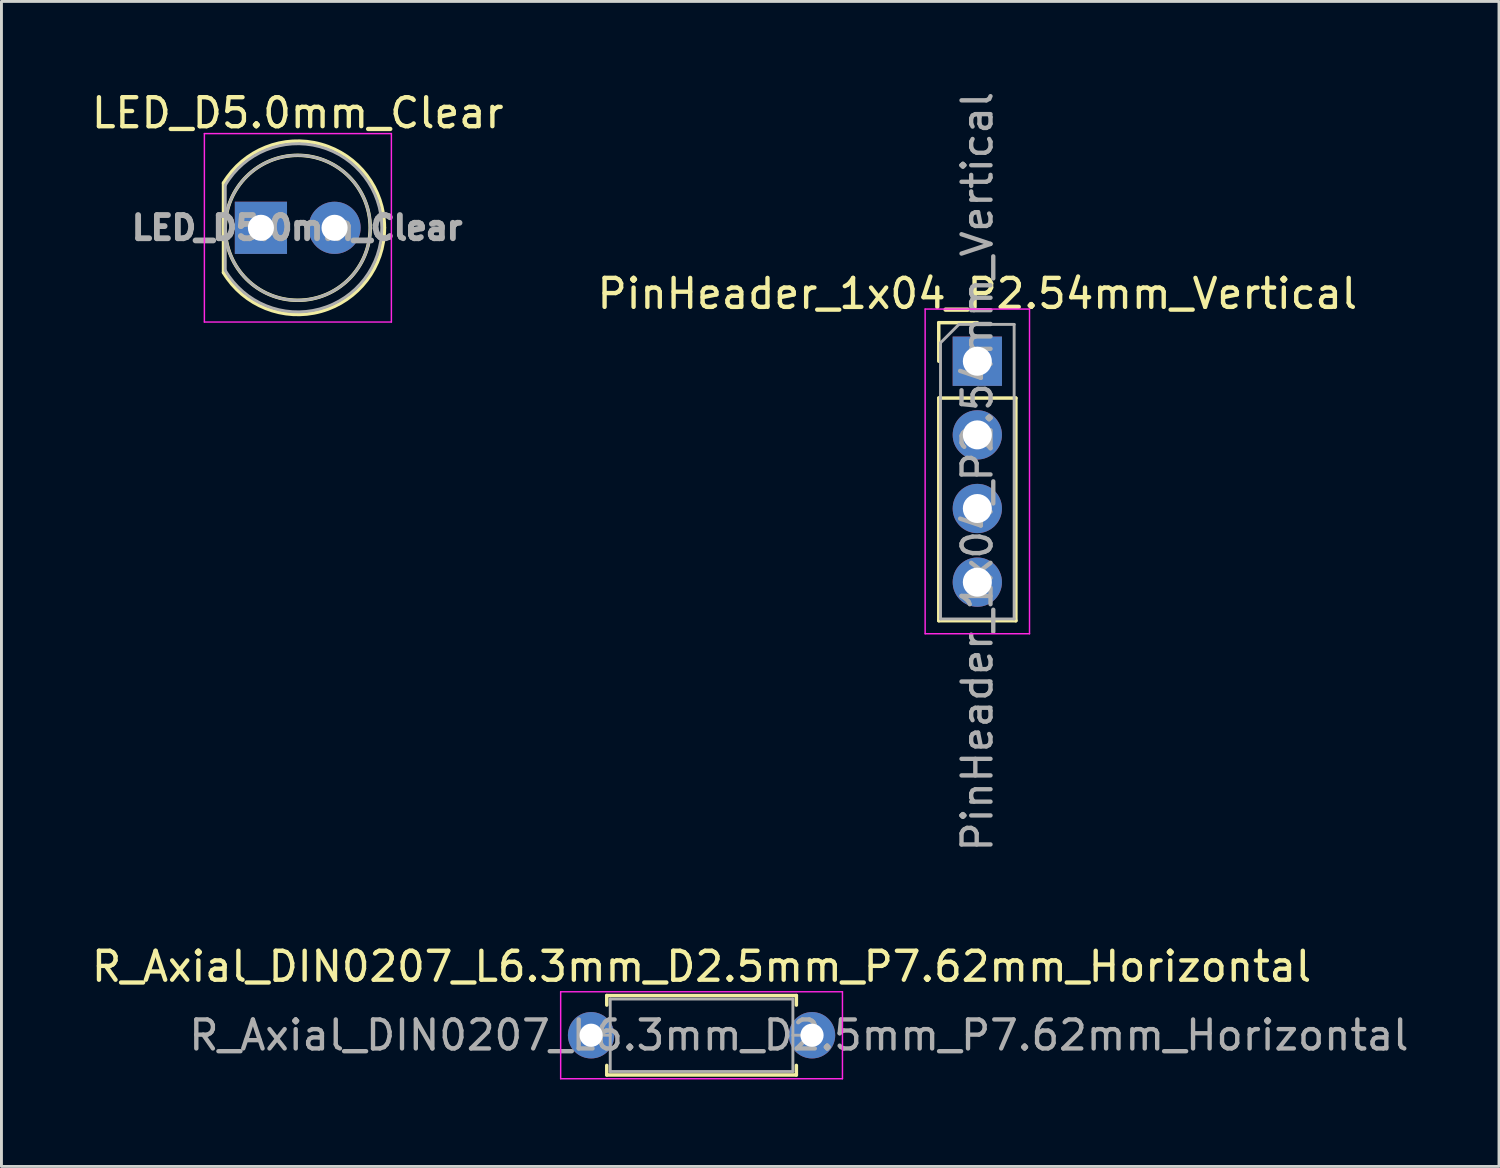
<source format=kicad_pcb>
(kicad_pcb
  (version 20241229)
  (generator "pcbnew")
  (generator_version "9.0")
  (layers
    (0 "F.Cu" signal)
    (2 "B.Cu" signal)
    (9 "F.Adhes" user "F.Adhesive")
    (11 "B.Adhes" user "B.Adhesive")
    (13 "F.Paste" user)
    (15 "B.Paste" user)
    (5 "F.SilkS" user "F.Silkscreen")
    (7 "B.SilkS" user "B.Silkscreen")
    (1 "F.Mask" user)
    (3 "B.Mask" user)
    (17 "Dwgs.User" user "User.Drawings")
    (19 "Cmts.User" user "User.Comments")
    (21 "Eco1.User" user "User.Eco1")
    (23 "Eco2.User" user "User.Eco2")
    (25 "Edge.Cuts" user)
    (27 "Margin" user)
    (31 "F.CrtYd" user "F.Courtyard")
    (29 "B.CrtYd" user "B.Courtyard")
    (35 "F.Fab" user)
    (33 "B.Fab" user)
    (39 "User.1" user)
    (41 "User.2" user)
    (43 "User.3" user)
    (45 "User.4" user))
  (footprint "R_Axial_DIN0207_L6.3mm_D2.5mm_P7.62mm_Horizontal"
    (layer "F.Cu")
    (at 17.339 32.659)
    (property "Reference" "R_Axial_DIN0207_L6.3mm_D2.5mm_P7.62mm_Horizontal" (at 3.81 -2.37 0) (layer "F.SilkS") (effects (font (size 1 1) (thickness 0.15))))
    (attr through_hole)
    (fp_line (start 0.54 -1.37) (end 7.08 -1.37) (stroke (width 0.12) (type solid)) (layer "F.SilkS"))
    (fp_line (start 0.54 -1.04) (end 0.54 -1.37) (stroke (width 0.12) (type solid)) (layer "F.SilkS"))
    (fp_line (start 0.54 1.04) (end 0.54 1.37) (stroke (width 0.12) (type solid)) (layer "F.SilkS"))
    (fp_line (start 0.54 1.37) (end 7.08 1.37) (stroke (width 0.12) (type solid)) (layer "F.SilkS"))
    (fp_line (start 7.08 -1.37) (end 7.08 -1.04) (stroke (width 0.12) (type solid)) (layer "F.SilkS"))
    (fp_line (start 7.08 1.37) (end 7.08 1.04) (stroke (width 0.12) (type solid)) (layer "F.SilkS"))
    (fp_line (start -1.05 -1.5) (end -1.05 1.5) (stroke (width 0.05) (type solid)) (layer "F.CrtYd"))
    (fp_line (start -1.05 1.5) (end 8.67 1.5) (stroke (width 0.05) (type solid)) (layer "F.CrtYd"))
    (fp_line (start 8.67 -1.5) (end -1.05 -1.5) (stroke (width 0.05) (type solid)) (layer "F.CrtYd"))
    (fp_line (start 8.67 1.5) (end 8.67 -1.5) (stroke (width 0.05) (type solid)) (layer "F.CrtYd"))
    (fp_line (start 0 0) (end 0.66 0) (stroke (width 0.1) (type solid)) (layer "F.Fab"))
    (fp_line (start 0.66 -1.25) (end 0.66 1.25) (stroke (width 0.1) (type solid)) (layer "F.Fab"))
    (fp_line (start 0.66 1.25) (end 6.96 1.25) (stroke (width 0.1) (type solid)) (layer "F.Fab"))
    (fp_line (start 6.96 -1.25) (end 0.66 -1.25) (stroke (width 0.1) (type solid)) (layer "F.Fab"))
    (fp_line (start 6.96 1.25) (end 6.96 -1.25) (stroke (width 0.1) (type solid)) (layer "F.Fab"))
    (fp_line (start 7.62 0) (end 6.96 0) (stroke (width 0.1) (type solid)) (layer "F.Fab"))
    (fp_text user "${REFERENCE}" (at 7.168 0 0) (layer "F.Fab") (effects (font (size 1 1) (thickness 0.15))))
    (pad "1" thru_hole circle (at 0 0) (size 1.6 1.6) (drill 0.8) (layers "*.Cu" "*.Mask"))
    (pad "2" thru_hole oval (at 7.62 0) (size 1.6 1.6) (drill 0.8) (layers "*.Cu" "*.Mask")))
  (footprint "LED_D5.0mm_Clear"
    (layer "F.Cu")
    (at 5.95 4.808)
    (property "Reference" "LED_D5.0mm_Clear" (at 1.27 -3.96 0) (layer "F.SilkS") (effects (font (size 1 1) (thickness 0.15))))
    (attr through_hole)
    (fp_line (start -1.29 -1.545) (end -1.29 1.545) (stroke (width 0.12) (type solid)) (layer "F.SilkS"))
    (fp_arc (start -1.29 -1.54483) (mid 2.072002 -2.880433) (end 4.26 0.000462) (stroke (width 0.12) (type solid)) (layer "F.SilkS"))
    (fp_arc (start 4.26 -0.000462) (mid 2.072002 2.880433) (end -1.29 1.54483) (stroke (width 0.12) (type solid)) (layer "F.SilkS"))
    (fp_circle (center 1.27 0) (end 3.77 0) (stroke (width 0.12) (type solid)) (fill no) (layer "F.SilkS"))
    (fp_line (start -1.95 -3.25) (end -1.95 3.25) (stroke (width 0.05) (type solid)) (layer "F.CrtYd"))
    (fp_line (start -1.95 3.25) (end 4.5 3.25) (stroke (width 0.05) (type solid)) (layer "F.CrtYd"))
    (fp_line (start 4.5 -3.25) (end -1.95 -3.25) (stroke (width 0.05) (type solid)) (layer "F.CrtYd"))
    (fp_line (start 4.5 3.25) (end 4.5 -3.25) (stroke (width 0.05) (type solid)) (layer "F.CrtYd"))
    (fp_line (start -1.23 -1.47) (end -1.23 1.47) (stroke (width 0.1) (type solid)) (layer "F.Fab"))
    (fp_arc (start -1.23 -1.469694) (mid 4.17 0.000016) (end -1.230016 1.469666) (stroke (width 0.1) (type solid)) (layer "F.Fab"))
    (fp_circle (center 1.27 0) (end 3.77 0) (stroke (width 0.1) (type solid)) (fill no) (layer "F.Fab"))
    (fp_text user "${REFERENCE}" (at 1.25 0 0) (layer "F.Fab") (effects (font (size 0.8 0.8) (thickness 0.2))))
    (pad "1" thru_hole rect (at 0 0) (size 1.8 1.8) (drill 0.9) (layers "*.Cu" "*.Mask"))
    (pad "2" thru_hole circle (at 2.54 0) (size 1.8 1.8) (drill 0.9) (layers "*.Cu" "*.Mask")))
  (footprint "PinHeader_1x04_P2.54mm_Vertical"
    (layer "F.Cu")
    (at 30.661 9.41)
    (property "Reference" "PinHeader_1x04_P2.54mm_Vertical" (at 0 -2.33 0) (layer "F.SilkS") (effects (font (size 1 1) (thickness 0.15))))
    (attr through_hole)
    (fp_line (start -1.33 -1.33) (end 0 -1.33) (stroke (width 0.12) (type solid)) (layer "F.SilkS"))
    (fp_line (start -1.33 0) (end -1.33 -1.33) (stroke (width 0.12) (type solid)) (layer "F.SilkS"))
    (fp_line (start -1.33 1.27) (end -1.33 8.95) (stroke (width 0.12) (type solid)) (layer "F.SilkS"))
    (fp_line (start -1.33 1.27) (end 1.33 1.27) (stroke (width 0.12) (type solid)) (layer "F.SilkS"))
    (fp_line (start -1.33 8.95) (end 1.33 8.95) (stroke (width 0.12) (type solid)) (layer "F.SilkS"))
    (fp_line (start 1.33 1.27) (end 1.33 8.95) (stroke (width 0.12) (type solid)) (layer "F.SilkS"))
    (fp_line (start -1.8 -1.8) (end -1.8 9.4) (stroke (width 0.05) (type solid)) (layer "F.CrtYd"))
    (fp_line (start -1.8 9.4) (end 1.8 9.4) (stroke (width 0.05) (type solid)) (layer "F.CrtYd"))
    (fp_line (start 1.8 -1.8) (end -1.8 -1.8) (stroke (width 0.05) (type solid)) (layer "F.CrtYd"))
    (fp_line (start 1.8 9.4) (end 1.8 -1.8) (stroke (width 0.05) (type solid)) (layer "F.CrtYd"))
    (fp_line (start -1.27 -0.635) (end -0.635 -1.27) (stroke (width 0.1) (type solid)) (layer "F.Fab"))
    (fp_line (start -1.27 8.89) (end -1.27 -0.635) (stroke (width 0.1) (type solid)) (layer "F.Fab"))
    (fp_line (start -0.635 -1.27) (end 1.27 -1.27) (stroke (width 0.1) (type solid)) (layer "F.Fab"))
    (fp_line (start 1.27 -1.27) (end 1.27 8.89) (stroke (width 0.1) (type solid)) (layer "F.Fab"))
    (fp_line (start 1.27 8.89) (end -1.27 8.89) (stroke (width 0.1) (type solid)) (layer "F.Fab"))
    (fp_text user "${REFERENCE}" (at 0 3.81 90) (layer "F.Fab") (effects (font (size 1 1) (thickness 0.15))))
    (pad "1" thru_hole rect (at 0 0) (size 1.7 1.7) (drill 1) (layers "*.Cu" "*.Mask"))
    (pad "2" thru_hole oval (at 0 2.54) (size 1.7 1.7) (drill 1) (layers "*.Cu" "*.Mask"))
    (pad "3" thru_hole oval (at 0 5.08) (size 1.7 1.7) (drill 1) (layers "*.Cu" "*.Mask"))
    (pad "4" thru_hole oval (at 0 7.62) (size 1.7 1.7) (drill 1) (layers "*.Cu" "*.Mask")))
  (gr_rect
    (start -3 -3)
    (end 48.655 37.184)
    (stroke (width 0.1) (type default))
    (fill no)
    (layer "Edge.Cuts")))
</source>
